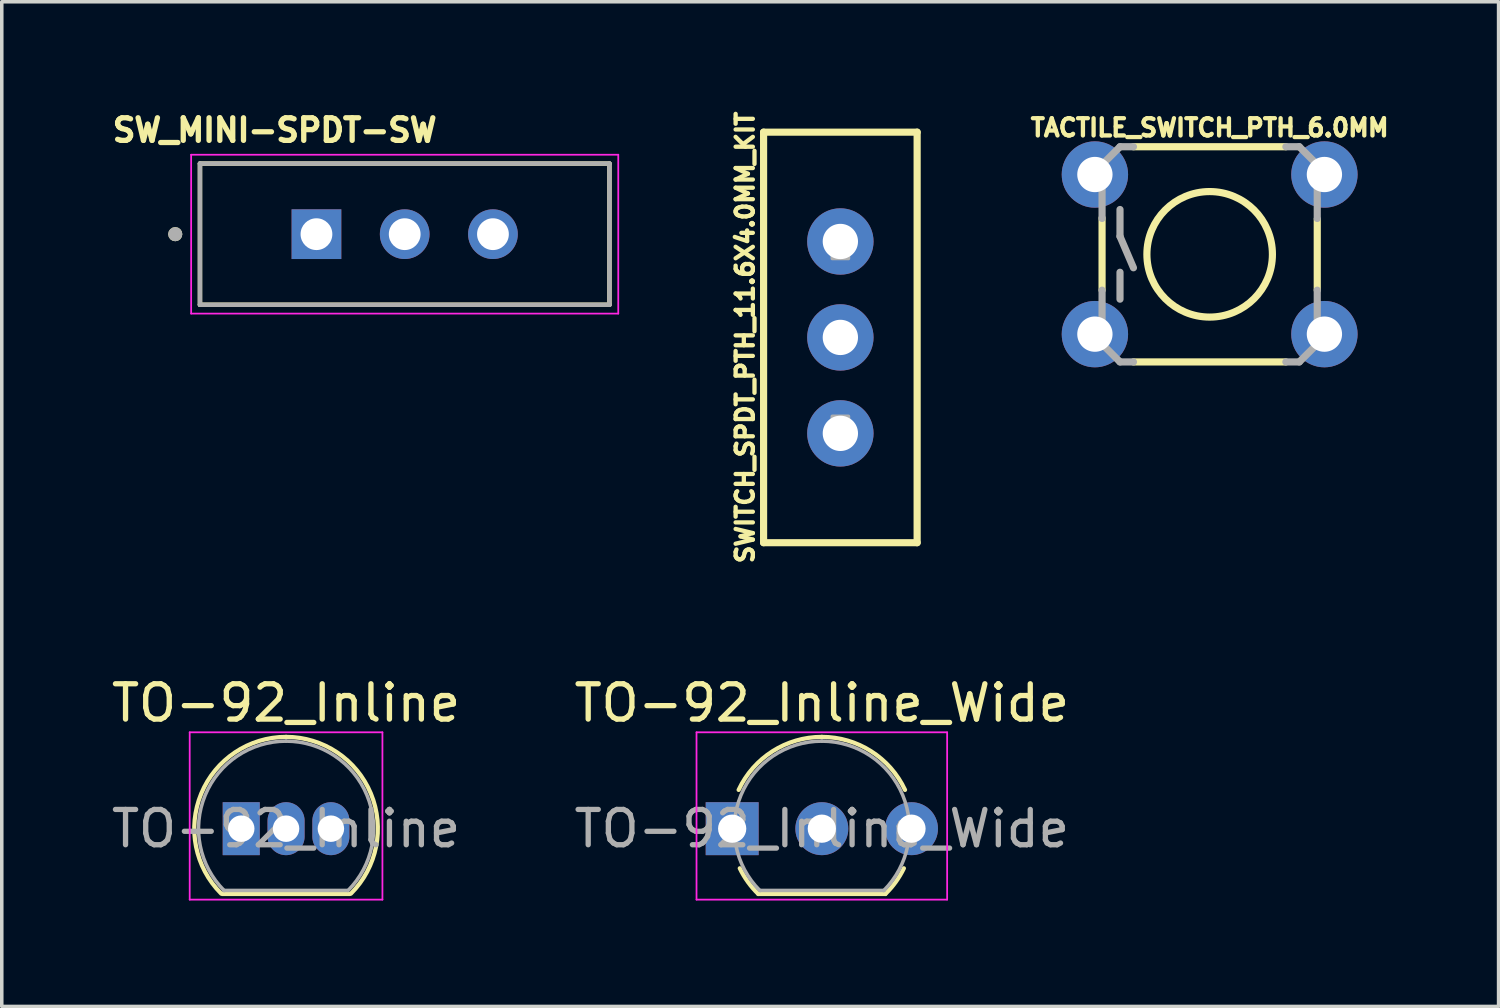
<source format=kicad_pcb>
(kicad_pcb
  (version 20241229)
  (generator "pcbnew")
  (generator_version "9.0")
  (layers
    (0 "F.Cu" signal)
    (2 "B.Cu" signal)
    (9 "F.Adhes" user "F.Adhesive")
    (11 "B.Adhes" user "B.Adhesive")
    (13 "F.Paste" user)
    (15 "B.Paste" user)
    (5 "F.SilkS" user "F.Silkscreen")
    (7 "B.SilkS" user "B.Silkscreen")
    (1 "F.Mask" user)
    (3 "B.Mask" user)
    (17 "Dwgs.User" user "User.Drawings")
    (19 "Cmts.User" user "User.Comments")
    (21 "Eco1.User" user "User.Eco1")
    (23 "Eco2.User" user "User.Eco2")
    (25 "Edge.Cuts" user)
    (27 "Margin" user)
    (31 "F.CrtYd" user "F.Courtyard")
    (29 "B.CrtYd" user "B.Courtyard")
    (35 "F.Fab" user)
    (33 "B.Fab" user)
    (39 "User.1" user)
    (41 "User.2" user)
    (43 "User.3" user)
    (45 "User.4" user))
  (footprint "TO-92_Inline"
    (layer "F.Cu")
    (at 3.784 20.426)
    (property "Reference" "TO-92_Inline" (at 1.27 -3.56 0) (layer "F.SilkS") (effects (font (size 1 1) (thickness 0.15))))
    (attr through_hole)
    (fp_line (start -0.53 1.85) (end 3.07 1.85) (stroke (width 0.12) (type solid)) (layer "F.SilkS"))
    (fp_arc (start -0.568478 1.838478) (mid -1.132087 -0.994977) (end 1.27 -2.6) (stroke (width 0.12) (type solid)) (layer "F.SilkS"))
    (fp_arc (start 1.27 -2.6) (mid 3.672087 -0.994977) (end 3.108478 1.838478) (stroke (width 0.12) (type solid)) (layer "F.SilkS"))
    (fp_line (start -1.46 -2.73) (end -1.46 2.01) (stroke (width 0.05) (type solid)) (layer "F.CrtYd"))
    (fp_line (start -1.46 -2.73) (end 4 -2.73) (stroke (width 0.05) (type solid)) (layer "F.CrtYd"))
    (fp_line (start 4 2.01) (end -1.46 2.01) (stroke (width 0.05) (type solid)) (layer "F.CrtYd"))
    (fp_line (start 4 2.01) (end 4 -2.73) (stroke (width 0.05) (type solid)) (layer "F.CrtYd"))
    (fp_line (start -0.5 1.75) (end 3 1.75) (stroke (width 0.1) (type solid)) (layer "F.Fab"))
    (fp_arc (start -0.483625 1.753625) (mid -1.021221 -0.949055) (end 1.27 -2.48) (stroke (width 0.1) (type solid)) (layer "F.Fab"))
    (fp_arc (start 1.27 -2.48) (mid 3.561221 -0.949055) (end 3.023625 1.753625) (stroke (width 0.1) (type solid)) (layer "F.Fab"))
    (fp_text user "${REFERENCE}" (at 1.27 0 0) (layer "F.Fab") (effects (font (size 1 1) (thickness 0.15))))
    (pad "1" thru_hole rect (at 0 0) (size 1.05 1.5) (drill 0.75) (layers "*.Cu" "*.Mask"))
    (pad "2" thru_hole oval (at 1.27 0) (size 1.05 1.5) (drill 0.75) (layers "*.Cu" "*.Mask"))
    (pad "3" thru_hole oval (at 2.54 0) (size 1.05 1.5) (drill 0.75) (layers "*.Cu" "*.Mask")))
  (footprint "SWITCH_SPDT_PTH_11.6X4.0MM_KIT"
    (layer "F.Cu")
    (at 20.757 6.509)
    (property "Reference" "SWITCH_SPDT_PTH_11.6X4.0MM_KIT" (at -2.413 0 90) (layer "F.SilkS") (effects (font (size 0.488 0.488) (thickness 0.122)) (justify bottom)))
    (fp_poly (pts (xy 0.159 -3.204) (xy 0.301 -3.128) (xy 0.417 -3.009) (xy 0.507 -2.714) (xy 0.48 -2.555) (xy 0.408 -2.415) (xy 0.296 -2.305) (xy 0.155 -2.235) (xy 0.009 -2.213) (xy 0.000001 -2.276) (xy -0.008 -2.213) (xy -0.153 -2.232) (xy -0.294 -2.3) (xy -0.41 -2.411) (xy -0.509 -2.693) (xy -0.487 -2.86) (xy -0.417 -3.007) (xy -0.301 -3.128) (xy -0.005 -3.233)) (stroke (width 0) (type solid)) (fill yes) (layer "F.Mask"))
    (fp_poly (pts (xy 0.162 2.237) (xy 0.304 2.312) (xy 0.419 2.432) (xy 0.505 2.712) (xy 0.445 2.73) (xy 0.507 2.741) (xy 0.483 2.886) (xy 0.41 3.025) (xy 0.298 3.136) (xy 0.158 3.206) (xy 0.012 3.228) (xy 0.003 3.165) (xy -0.006 3.228) (xy -0.151 3.208) (xy -0.291 3.141) (xy -0.408 3.029) (xy -0.507 2.747) (xy -0.485 2.581) (xy -0.414 2.434) (xy -0.299 2.312) (xy -0.003 2.208)) (stroke (width 0) (type solid)) (fill yes) (layer "F.Mask"))
    (fp_poly (pts (xy 0.17 -0.481) (xy 0.312 -0.405) (xy 0.427 -0.286) (xy 0.513 -0.006) (xy 0.452 0.013) (xy 0.515 0.023) (xy 0.49 0.168) (xy 0.418 0.308) (xy 0.306 0.418) (xy 0.165 0.488) (xy 0.02 0.51) (xy 0.01 0.447) (xy 0.002 0.51) (xy -0.143 0.491) (xy -0.284 0.423) (xy -0.4 0.312) (xy -0.499 0.03) (xy -0.477 -0.137) (xy -0.407 -0.284) (xy -0.291 -0.405) (xy -0.011 -0.504) (xy 0.01 -0.444) (xy 0.021 -0.507)) (stroke (width 0) (type solid)) (fill yes) (layer "F.Mask"))
    (fp_poly (pts (xy 0.225 1.801) (xy 0.425 1.876) (xy 0.603 1.993) (xy 0.75 2.147) (xy 0.862 2.333) (xy 0.944 2.73) (xy 0.881 2.743) (xy 0.944 2.751) (xy 0.918 2.952) (xy 0.845 3.148) (xy 0.731 3.323) (xy 0.58 3.468) (xy 0.398 3.578) (xy 0.008 3.659) (xy -0.005 3.597) (xy -0.011 3.66) (xy -0.211 3.64) (xy -0.408 3.573) (xy -0.585 3.465) (xy -0.734 3.32) (xy -0.846 3.145) (xy -0.917 2.95) (xy -0.943 2.744) (xy -0.92 2.529) (xy -0.851 2.325) (xy -0.738 2.141) (xy -0.587 1.988) (xy -0.402 1.869) (xy 0.01 1.772)) (stroke (width 0) (type solid)) (fill yes) (layer "B.Mask"))
    (fp_poly (pts (xy 0.209 -3.63) (xy 0.409 -3.557) (xy 0.588 -3.443) (xy 0.737 -3.291) (xy 0.848 -3.11) (xy 0.916 -2.908) (xy 0.937 -2.701) (xy 0.937 -2.693) (xy 0.91 -2.488) (xy 0.837 -2.291) (xy 0.721 -2.116) (xy 0.57 -1.97) (xy 0.387 -1.86) (xy -0.011 -1.778) (xy -0.021 -1.778) (xy -0.223 -1.8) (xy -0.418 -1.868) (xy -0.593 -1.977) (xy -0.74 -2.123) (xy -0.85 -2.297) (xy -0.919 -2.492) (xy -0.943 -2.697) (xy -0.921 -2.908) (xy -0.853 -3.11) (xy -0.742 -3.291) (xy -0.593 -3.442) (xy -0.414 -3.557) (xy -0.214 -3.63) (xy -0.006 -3.655) (xy 0.001 -3.655)) (stroke (width 0) (type solid)) (fill yes) (layer "B.Mask"))
    (fp_poly (pts (xy 0.015 -0.879) (xy 0.023 -0.942) (xy 0.224 -0.916) (xy 0.421 -0.844) (xy 0.597 -0.729) (xy 0.743 -0.578) (xy 0.853 -0.396) (xy 0.938 0.005) (xy 0.912 0.217) (xy 0.841 0.415) (xy 0.727 0.592) (xy 0.577 0.739) (xy 0.398 0.849) (xy 0.198 0.916) (xy -0.004 0.937) (xy -0.01 0.874) (xy -0.017 0.937) (xy -0.215 0.916) (xy -0.411 0.849) (xy -0.587 0.74) (xy -0.734 0.595) (xy -0.846 0.421) (xy -0.915 0.226) (xy -0.94 0.024) (xy -0.94 0.017) (xy -0.917 -0.193) (xy -0.847 -0.396) (xy -0.733 -0.578) (xy -0.582 -0.731) (xy -0.401 -0.846) (xy -0.198 -0.918) (xy 0.008 -0.942)) (stroke (width 0) (type solid)) (fill yes) (layer "B.Mask"))
    (fp_line (start -2.175 -5.815) (end -2.175 5.815) (stroke (width 0.203) (type solid)) (layer "F.SilkS"))
    (fp_line (start -2.175 5.815) (end 2.175 5.815) (stroke (width 0.203) (type solid)) (layer "F.SilkS"))
    (fp_line (start 2.175 -5.815) (end -2.175 -5.815) (stroke (width 0.203) (type solid)) (layer "F.SilkS"))
    (fp_line (start 2.175 5.815) (end 2.175 -5.815) (stroke (width 0.203) (type solid)) (layer "F.SilkS"))
    (fp_poly (pts (xy -0.229 -2.235) (xy 0.229 -2.235) (xy 0.229 -2.845) (xy -0.229 -2.845)) (stroke (width 0.1) (type solid)) (fill no) (layer "F.Fab"))
    (fp_poly (pts (xy -0.229 0.305) (xy 0.229 0.305) (xy 0.229 -0.305) (xy -0.229 -0.305)) (stroke (width 0.1) (type solid)) (fill no) (layer "F.Fab"))
    (fp_poly (pts (xy -0.229 2.845) (xy 0.229 2.845) (xy 0.229 2.235) (xy -0.229 2.235)) (stroke (width 0.1) (type solid)) (fill no) (layer "F.Fab"))
    (pad "1" thru_hole circle (at 0 -2.718) (size 1.88 1.88) (drill 1) (layers "*.Cu"))
    (pad "2" thru_hole circle (at 0 0) (size 1.88 1.88) (drill 1) (layers "*.Cu"))
    (pad "3" thru_hole circle (at 0 2.718) (size 1.88 1.88) (drill 1) (layers "*.Cu")))
  (footprint "TO-92_Inline_Wide"
    (layer "F.Cu")
    (at 17.692 20.426)
    (property "Reference" "TO-92_Inline_Wide" (at 2.54 -3.56 0) (layer "F.SilkS") (effects (font (size 1 1) (thickness 0.15))))
    (attr through_hole)
    (fp_line (start 0.74 1.85) (end 4.34 1.85) (stroke (width 0.12) (type solid)) (layer "F.SilkS"))
    (fp_arc (start 0.1836 -1.098807) (mid 1.143021 -2.192817) (end 2.54 -2.6) (stroke (width 0.12) (type solid)) (layer "F.SilkS"))
    (fp_arc (start 0.74 1.85) (mid 0.446097 1.509328) (end 0.215816 1.122795) (stroke (width 0.12) (type solid)) (layer "F.SilkS"))
    (fp_arc (start 2.54 -2.6) (mid 3.936979 -2.192818) (end 4.8964 -1.098807) (stroke (width 0.12) (type solid)) (layer "F.SilkS"))
    (fp_arc (start 4.864184 1.122795) (mid 4.633903 1.509328) (end 4.34 1.85) (stroke (width 0.12) (type solid)) (layer "F.SilkS"))
    (fp_line (start -1.01 -2.73) (end -1.01 2.01) (stroke (width 0.05) (type solid)) (layer "F.CrtYd"))
    (fp_line (start -1.01 -2.73) (end 6.09 -2.73) (stroke (width 0.05) (type solid)) (layer "F.CrtYd"))
    (fp_line (start 6.09 2.01) (end -1.01 2.01) (stroke (width 0.05) (type solid)) (layer "F.CrtYd"))
    (fp_line (start 6.09 2.01) (end 6.09 -2.73) (stroke (width 0.05) (type solid)) (layer "F.CrtYd"))
    (fp_line (start 0.8 1.75) (end 4.3 1.75) (stroke (width 0.1) (type solid)) (layer "F.Fab"))
    (fp_arc (start 0.786375 1.753625) (mid 0.248779 -0.949055) (end 2.54 -2.48) (stroke (width 0.1) (type solid)) (layer "F.Fab"))
    (fp_arc (start 2.54 -2.48) (mid 4.831221 -0.949055) (end 4.293625 1.753625) (stroke (width 0.1) (type solid)) (layer "F.Fab"))
    (fp_text user "${REFERENCE}" (at 2.54 0 0) (layer "F.Fab") (effects (font (size 1 1) (thickness 0.15))))
    (pad "1" thru_hole rect (at 0 0) (size 1.5 1.5) (drill 0.8) (layers "*.Cu" "*.Mask"))
    (pad "2" thru_hole circle (at 2.54 0) (size 1.5 1.5) (drill 0.8) (layers "*.Cu" "*.Mask"))
    (pad "3" thru_hole circle (at 5.08 0) (size 1.5 1.5) (drill 0.8) (layers "*.Cu" "*.Mask")))
  (footprint "SW_MINI-SPDT-SW"
    (layer "F.Cu")
    (at 8.415 3.584)
    (property "Reference" "SW_MINI-SPDT-SW" (at -3.683 -2.946 0) (layer "F.SilkS") (effects (font (size 0.64 0.64) (thickness 0.15))))
    (attr through_hole)
    (fp_line (start -5.8 -2) (end -5.8 2) (stroke (width 0.127) (type solid)) (layer "F.SilkS"))
    (fp_line (start -5.8 2) (end 5.8 2) (stroke (width 0.127) (type solid)) (layer "F.SilkS"))
    (fp_line (start 5.8 -2) (end -5.8 -2) (stroke (width 0.127) (type solid)) (layer "F.SilkS"))
    (fp_line (start 5.8 2) (end 5.8 -2) (stroke (width 0.127) (type solid)) (layer "F.SilkS"))
    (fp_circle (center -6.5 0) (end -6.4 0) (stroke (width 0.2) (type solid)) (fill no) (layer "F.SilkS"))
    (fp_line (start -6.05 -2.25) (end -6.05 2.25) (stroke (width 0.05) (type solid)) (layer "F.CrtYd"))
    (fp_line (start -6.05 2.25) (end 6.05 2.25) (stroke (width 0.05) (type solid)) (layer "F.CrtYd"))
    (fp_line (start 6.05 -2.25) (end -6.05 -2.25) (stroke (width 0.05) (type solid)) (layer "F.CrtYd"))
    (fp_line (start 6.05 2.25) (end 6.05 -2.25) (stroke (width 0.05) (type solid)) (layer "F.CrtYd"))
    (fp_line (start -5.8 -2) (end -5.8 2) (stroke (width 0.127) (type solid)) (layer "F.Fab"))
    (fp_line (start -5.8 2) (end 5.8 2) (stroke (width 0.127) (type solid)) (layer "F.Fab"))
    (fp_line (start 5.8 -2) (end -5.8 -2) (stroke (width 0.127) (type solid)) (layer "F.Fab"))
    (fp_line (start 5.8 2) (end 5.8 -2) (stroke (width 0.127) (type solid)) (layer "F.Fab"))
    (fp_circle (center -6.5 0) (end -6.4 0) (stroke (width 0.2) (type solid)) (fill no) (layer "F.Fab"))
    (pad "1" thru_hole rect (at -2.5 0) (size 1.408 1.408) (drill 0.9) (layers "*.Cu" "*.Mask"))
    (pad "2" thru_hole circle (at 0 0) (size 1.408 1.408) (drill 0.9) (layers "*.Cu" "*.Mask"))
    (pad "3" thru_hole circle (at 2.5 0) (size 1.408 1.408) (drill 0.9) (layers "*.Cu" "*.Mask")))
  (footprint "TACTILE_SWITCH_PTH_6.0MM"
    (layer "F.Cu")
    (at 31.219 4.155)
    (property "Reference" "TACTILE_SWITCH_PTH_6.0MM" (at 0 -3.302 0) (layer "F.SilkS") (effects (font (size 0.488 0.488) (thickness 0.122)) (justify bottom)))
    (fp_line (start -3.048 -1.028) (end -3.048 1.016) (stroke (width 0.203) (type solid)) (layer "F.SilkS"))
    (fp_line (start -2.159 3.048) (end 2.159 3.048) (stroke (width 0.203) (type solid)) (layer "F.SilkS"))
    (fp_line (start 2.159 -3.048) (end -2.159 -3.048) (stroke (width 0.203) (type solid)) (layer "F.SilkS"))
    (fp_line (start 3.048 -0.998) (end 3.048 1.016) (stroke (width 0.203) (type solid)) (layer "F.SilkS"))
    (fp_circle (center 0 0) (end 1.778 0) (stroke (width 0.203) (type solid)) (fill no) (layer "F.SilkS"))
    (fp_line (start -3.048 -2.54) (end -3.048 -1.016) (stroke (width 0.203) (type solid)) (layer "F.Fab"))
    (fp_line (start -3.048 2.54) (end -3.048 1.016) (stroke (width 0.203) (type solid)) (layer "F.Fab"))
    (fp_line (start -2.54 -3.048) (end -3.048 -2.54) (stroke (width 0.203) (type solid)) (layer "F.Fab"))
    (fp_line (start -2.54 -3.048) (end -2.159 -3.048) (stroke (width 0.203) (type solid)) (layer "F.Fab"))
    (fp_line (start -2.54 -1.27) (end -2.54 -0.508) (stroke (width 0.203) (type solid)) (layer "F.Fab"))
    (fp_line (start -2.54 -0.508) (end -2.159 0.381) (stroke (width 0.203) (type solid)) (layer "F.Fab"))
    (fp_line (start -2.54 0.508) (end -2.54 1.27) (stroke (width 0.203) (type solid)) (layer "F.Fab"))
    (fp_line (start -2.54 3.048) (end -3.048 2.54) (stroke (width 0.203) (type solid)) (layer "F.Fab"))
    (fp_line (start -2.54 3.048) (end -2.159 3.048) (stroke (width 0.203) (type solid)) (layer "F.Fab"))
    (fp_line (start 2.54 -3.048) (end 2.159 -3.048) (stroke (width 0.203) (type solid)) (layer "F.Fab"))
    (fp_line (start 2.54 3.048) (end 2.159 3.048) (stroke (width 0.203) (type solid)) (layer "F.Fab"))
    (fp_line (start 2.54 3.048) (end 3.048 2.54) (stroke (width 0.203) (type solid)) (layer "F.Fab"))
    (fp_line (start 3.048 -2.54) (end 2.54 -3.048) (stroke (width 0.203) (type solid)) (layer "F.Fab"))
    (fp_line (start 3.048 -1.016) (end 3.048 -2.54) (stroke (width 0.203) (type solid)) (layer "F.Fab"))
    (fp_line (start 3.048 2.54) (end 3.048 1.016) (stroke (width 0.203) (type solid)) (layer "F.Fab"))
    (pad "1" thru_hole circle (at -3.251 -2.261) (size 1.88 1.88) (drill 1) (layers "*.Cu" "*.Mask"))
    (pad "2" thru_hole circle (at 3.251 -2.261) (size 1.88 1.88) (drill 1) (layers "*.Cu" "*.Mask"))
    (pad "3" thru_hole circle (at -3.251 2.261) (size 1.88 1.88) (drill 1) (layers "*.Cu" "*.Mask"))
    (pad "4" thru_hole circle (at 3.251 2.261) (size 1.88 1.88) (drill 1) (layers "*.Cu" "*.Mask")))
  (gr_rect
    (start -3 -3)
    (end 39.404 25.461)
    (stroke (width 0.1) (type default))
    (fill no)
    (layer "Edge.Cuts")))
</source>
